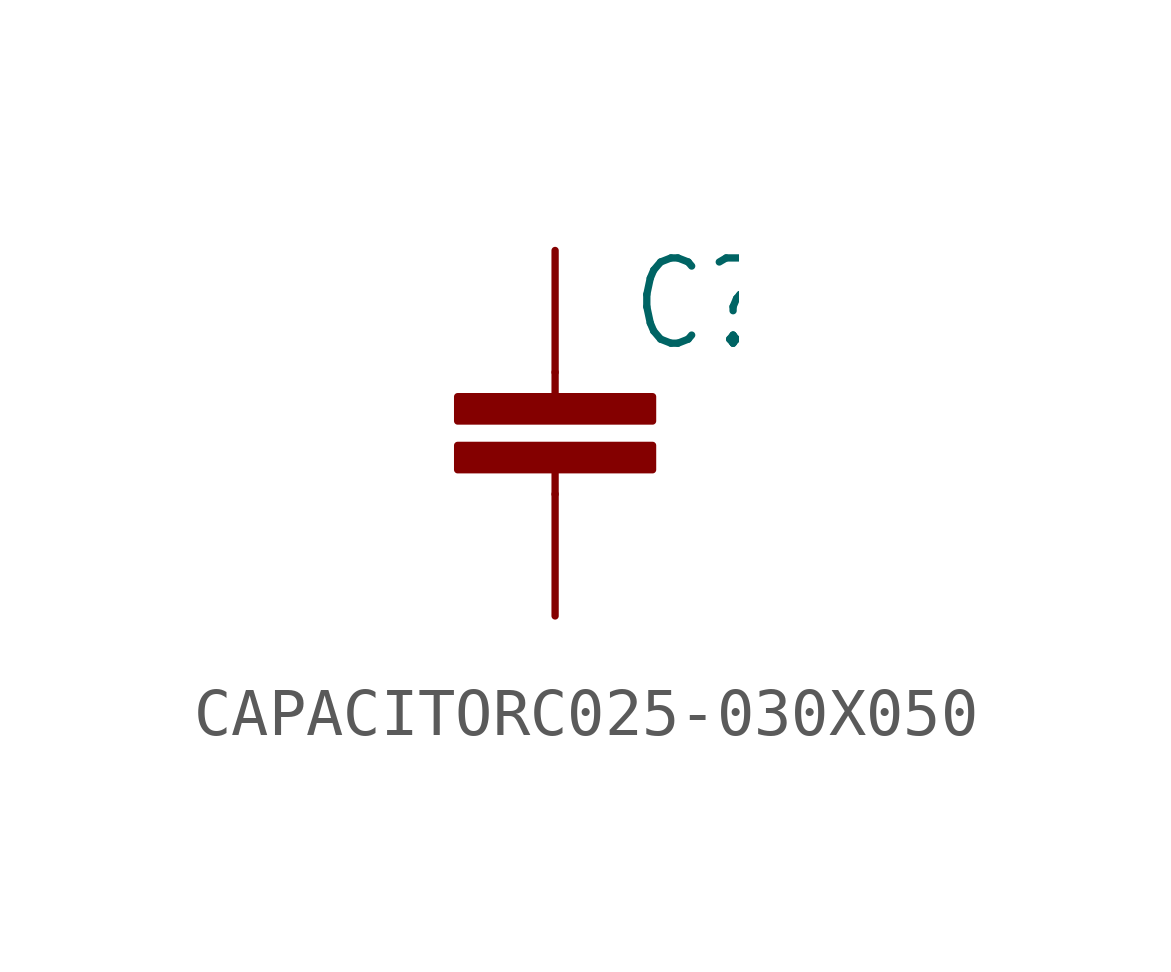
<source format=kicad_sym>
(kicad_symbol_lib
  (version 20241209)
  (generator "kicad_symbol_editor")
  (generator_version "9.0")
  (symbol "CAPACITORC025-030X050"
    (property "Reference" "C"
      (at 1.524 2.921 0)
      (effects (font (size 1.778 1.511)) (justify left bottom)))
    (property "Value" ""
      (at 1.524 -2.159 0)
      (effects (font (size 1.778 1.511)) (justify left bottom)))
    (property "ki_locked" ""
      (at 0 0 0)
      (effects (font (size 1.27 1.27))))
    (symbol "CAPACITORC025-030X050_1_0"
      (rectangle (start -2.032 1.524) (end 2.032 2.032) (stroke (width 0) (type default)) (fill (type outline)))
      (rectangle (start -2.032 0.508) (end 2.032 1.016) (stroke (width 0) (type default)) (fill (type outline)))
      (polyline (pts (xy 0 2.54) (xy 0 2.032)) (stroke (width 0.152) (type solid)) (fill (type none)))
      (polyline (pts (xy 0 0) (xy 0 0.508)) (stroke (width 0.152) (type solid)) (fill (type none)))
      (pin passive line (at 0 5.08 270) (length 2.54) (name "1" (effects (font (size 0 0)))) (number "1" (effects (font (size 0 0)))))
      (pin passive line (at 0 -2.54 90) (length 2.54) (name "2" (effects (font (size 0 0)))) (number "2" (effects (font (size 0 0))))))))
</source>
